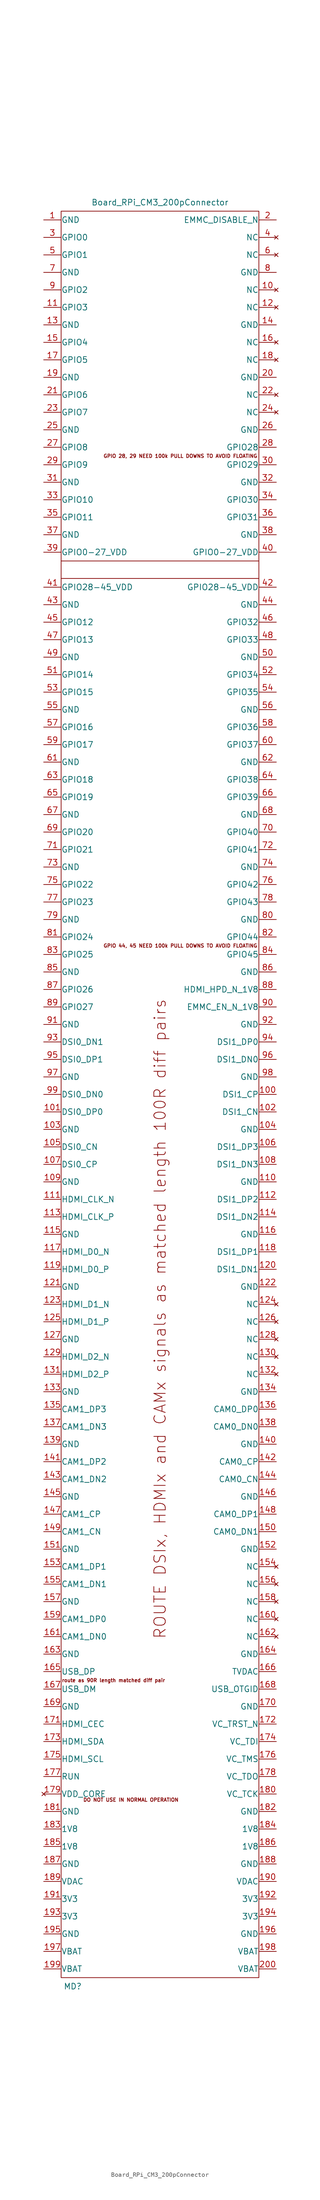
<source format=kicad_sym>
(kicad_symbol_lib
  (version 20241209)
  (generator "kicad_symbol_editor")
  (generator_version "9.0")
  (symbol "Board_RPi_CM3_200pConnector"
    (pin_names
      (offset 0.025))
    (property "Reference" "MD"
      (at -19.05 -194.31 0)
      (effects (font (size 1.27 1.27))))
    (property "Value" "Board_RPi_CM3_200pConnector"
      (at 0 194.31 0)
      (effects (font (size 1.27 1.27))))
    (symbol "Board_RPi_CM3_200pConnector_0_0"
      (text "route as 90R length matched diff pair" (at -10.16 -127.635 0) (effects (font (size 0.762 0.762))))
      (text "DO NOT USE IN NORMAL OPERATION" (at -6.35 -153.67 0) (effects (font (size 0.762 0.762)))))
    (symbol "Board_RPi_CM3_200pConnector_0_1"
      (rectangle (start -21.59 192.405) (end 21.59 -192.405) (stroke (width 0) (type solid)) (fill (type none))))
    (symbol "Board_RPi_CM3_200pConnector_1_0"
      (polyline (pts (xy -21.59 116.205) (xy 21.59 116.205)) (stroke (width 0) (type solid)) (fill (type none)))
      (polyline (pts (xy -21.59 112.395) (xy 21.59 112.395)) (stroke (width 0) (type solid)) (fill (type none)))
      (text "ROUTE DSIx, HDMIx and CAMx signals as matched length 100R diff pairs" (at 0 -48.895 900) (effects (font (size 2.489 2.489))))
      (text "GPIO 28, 29 NEED 100k PULL DOWNS TO AVOID FLOATING" (at 4.445 139.065 0) (effects (font (size 0.762 0.762))))
      (text "GPIO 44, 45 NEED 100k PULL DOWNS TO AVOID FLOATING" (at 4.445 32.385 0) (effects (font (size 0.762 0.762)))))
    (symbol "Board_RPi_CM3_200pConnector_1_1"
      (pin input line (at -25.4 190.5 0) (length 3.81) (name "GND" (effects (font (size 1.27 1.27)))) (number "1" (effects (font (size 1.27 1.27)))))
      (pin input line (at -25.4 186.69 0) (length 3.81) (name "GPIO0" (effects (font (size 1.27 1.27)))) (number "3" (effects (font (size 1.27 1.27)))))
      (pin input line (at -25.4 182.88 0) (length 3.81) (name "GPIO1" (effects (font (size 1.27 1.27)))) (number "5" (effects (font (size 1.27 1.27)))))
      (pin input line (at -25.4 179.07 0) (length 3.81) (name "GND" (effects (font (size 1.27 1.27)))) (number "7" (effects (font (size 1.27 1.27)))))
      (pin input line (at -25.4 175.26 0) (length 3.81) (name "GPIO2" (effects (font (size 1.27 1.27)))) (number "9" (effects (font (size 1.27 1.27)))))
      (pin input line (at -25.4 171.45 0) (length 3.81) (name "GPIO3" (effects (font (size 1.27 1.27)))) (number "11" (effects (font (size 1.27 1.27)))))
      (pin input line (at -25.4 167.64 0) (length 3.81) (name "GND" (effects (font (size 1.27 1.27)))) (number "13" (effects (font (size 1.27 1.27)))))
      (pin input line (at -25.4 163.83 0) (length 3.81) (name "GPIO4" (effects (font (size 1.27 1.27)))) (number "15" (effects (font (size 1.27 1.27)))))
      (pin input line (at -25.4 160.02 0) (length 3.81) (name "GPIO5" (effects (font (size 1.27 1.27)))) (number "17" (effects (font (size 1.27 1.27)))))
      (pin input line (at -25.4 156.21 0) (length 3.81) (name "GND" (effects (font (size 1.27 1.27)))) (number "19" (effects (font (size 1.27 1.27)))))
      (pin input line (at -25.4 152.4 0) (length 3.81) (name "GPIO6" (effects (font (size 1.27 1.27)))) (number "21" (effects (font (size 1.27 1.27)))))
      (pin input line (at -25.4 148.59 0) (length 3.81) (name "GPIO7" (effects (font (size 1.27 1.27)))) (number "23" (effects (font (size 1.27 1.27)))))
      (pin input line (at -25.4 144.78 0) (length 3.81) (name "GND" (effects (font (size 1.27 1.27)))) (number "25" (effects (font (size 1.27 1.27)))))
      (pin input line (at -25.4 140.97 0) (length 3.81) (name "GPIO8" (effects (font (size 1.27 1.27)))) (number "27" (effects (font (size 1.27 1.27)))))
      (pin input line (at -25.4 137.16 0) (length 3.81) (name "GPIO9" (effects (font (size 1.27 1.27)))) (number "29" (effects (font (size 1.27 1.27)))))
      (pin input line (at -25.4 133.35 0) (length 3.81) (name "GND" (effects (font (size 1.27 1.27)))) (number "31" (effects (font (size 1.27 1.27)))))
      (pin input line (at -25.4 129.54 0) (length 3.81) (name "GPIO10" (effects (font (size 1.27 1.27)))) (number "33" (effects (font (size 1.27 1.27)))))
      (pin input line (at -25.4 125.73 0) (length 3.81) (name "GPIO11" (effects (font (size 1.27 1.27)))) (number "35" (effects (font (size 1.27 1.27)))))
      (pin input line (at -25.4 121.92 0) (length 3.81) (name "GND" (effects (font (size 1.27 1.27)))) (number "37" (effects (font (size 1.27 1.27)))))
      (pin input line (at -25.4 118.11 0) (length 3.81) (name "GPIO0-27_VDD" (effects (font (size 1.27 1.27)))) (number "39" (effects (font (size 1.27 1.27)))))
      (pin input line (at -25.4 110.49 0) (length 3.81) (name "GPIO28-45_VDD" (effects (font (size 1.27 1.27)))) (number "41" (effects (font (size 1.27 1.27)))))
      (pin input line (at -25.4 106.68 0) (length 3.81) (name "GND" (effects (font (size 1.27 1.27)))) (number "43" (effects (font (size 1.27 1.27)))))
      (pin input line (at -25.4 102.87 0) (length 3.81) (name "GPIO12" (effects (font (size 1.27 1.27)))) (number "45" (effects (font (size 1.27 1.27)))))
      (pin input line (at -25.4 99.06 0) (length 3.81) (name "GPIO13" (effects (font (size 1.27 1.27)))) (number "47" (effects (font (size 1.27 1.27)))))
      (pin input line (at -25.4 95.25 0) (length 3.81) (name "GND" (effects (font (size 1.27 1.27)))) (number "49" (effects (font (size 1.27 1.27)))))
      (pin input line (at -25.4 91.44 0) (length 3.81) (name "GPIO14" (effects (font (size 1.27 1.27)))) (number "51" (effects (font (size 1.27 1.27)))))
      (pin input line (at -25.4 87.63 0) (length 3.81) (name "GPIO15" (effects (font (size 1.27 1.27)))) (number "53" (effects (font (size 1.27 1.27)))))
      (pin input line (at -25.4 83.82 0) (length 3.81) (name "GND" (effects (font (size 1.27 1.27)))) (number "55" (effects (font (size 1.27 1.27)))))
      (pin input line (at -25.4 80.01 0) (length 3.81) (name "GPIO16" (effects (font (size 1.27 1.27)))) (number "57" (effects (font (size 1.27 1.27)))))
      (pin input line (at -25.4 76.2 0) (length 3.81) (name "GPIO17" (effects (font (size 1.27 1.27)))) (number "59" (effects (font (size 1.27 1.27)))))
      (pin input line (at -25.4 72.39 0) (length 3.81) (name "GND" (effects (font (size 1.27 1.27)))) (number "61" (effects (font (size 1.27 1.27)))))
      (pin input line (at -25.4 68.58 0) (length 3.81) (name "GPIO18" (effects (font (size 1.27 1.27)))) (number "63" (effects (font (size 1.27 1.27)))))
      (pin input line (at -25.4 64.77 0) (length 3.81) (name "GPIO19" (effects (font (size 1.27 1.27)))) (number "65" (effects (font (size 1.27 1.27)))))
      (pin input line (at -25.4 60.96 0) (length 3.81) (name "GND" (effects (font (size 1.27 1.27)))) (number "67" (effects (font (size 1.27 1.27)))))
      (pin input line (at -25.4 57.15 0) (length 3.81) (name "GPIO20" (effects (font (size 1.27 1.27)))) (number "69" (effects (font (size 1.27 1.27)))))
      (pin input line (at -25.4 53.34 0) (length 3.81) (name "GPIO21" (effects (font (size 1.27 1.27)))) (number "71" (effects (font (size 1.27 1.27)))))
      (pin input line (at -25.4 49.53 0) (length 3.81) (name "GND" (effects (font (size 1.27 1.27)))) (number "73" (effects (font (size 1.27 1.27)))))
      (pin input line (at -25.4 45.72 0) (length 3.81) (name "GPIO22" (effects (font (size 1.27 1.27)))) (number "75" (effects (font (size 1.27 1.27)))))
      (pin input line (at -25.4 41.91 0) (length 3.81) (name "GPIO23" (effects (font (size 1.27 1.27)))) (number "77" (effects (font (size 1.27 1.27)))))
      (pin input line (at -25.4 38.1 0) (length 3.81) (name "GND" (effects (font (size 1.27 1.27)))) (number "79" (effects (font (size 1.27 1.27)))))
      (pin input line (at -25.4 34.29 0) (length 3.81) (name "GPIO24" (effects (font (size 1.27 1.27)))) (number "81" (effects (font (size 1.27 1.27)))))
      (pin input line (at -25.4 30.48 0) (length 3.81) (name "GPIO25" (effects (font (size 1.27 1.27)))) (number "83" (effects (font (size 1.27 1.27)))))
      (pin input line (at -25.4 26.67 0) (length 3.81) (name "GND" (effects (font (size 1.27 1.27)))) (number "85" (effects (font (size 1.27 1.27)))))
      (pin input line (at -25.4 22.86 0) (length 3.81) (name "GPIO26" (effects (font (size 1.27 1.27)))) (number "87" (effects (font (size 1.27 1.27)))))
      (pin input line (at -25.4 19.05 0) (length 3.81) (name "GPIO27" (effects (font (size 1.27 1.27)))) (number "89" (effects (font (size 1.27 1.27)))))
      (pin input line (at -25.4 15.24 0) (length 3.81) (name "GND" (effects (font (size 1.27 1.27)))) (number "91" (effects (font (size 1.27 1.27)))))
      (pin input line (at -25.4 11.43 0) (length 3.81) (name "DSI0_DN1" (effects (font (size 1.27 1.27)))) (number "93" (effects (font (size 1.27 1.27)))))
      (pin input line (at -25.4 7.62 0) (length 3.81) (name "DSI0_DP1" (effects (font (size 1.27 1.27)))) (number "95" (effects (font (size 1.27 1.27)))))
      (pin input line (at -25.4 3.81 0) (length 3.81) (name "GND" (effects (font (size 1.27 1.27)))) (number "97" (effects (font (size 1.27 1.27)))))
      (pin input line (at -25.4 0 0) (length 3.81) (name "DSI0_DN0" (effects (font (size 1.27 1.27)))) (number "99" (effects (font (size 1.27 1.27)))))
      (pin input line (at -25.4 -3.81 0) (length 3.81) (name "DSI0_DP0" (effects (font (size 1.27 1.27)))) (number "101" (effects (font (size 1.27 1.27)))))
      (pin input line (at -25.4 -7.62 0) (length 3.81) (name "GND" (effects (font (size 1.27 1.27)))) (number "103" (effects (font (size 1.27 1.27)))))
      (pin input line (at -25.4 -11.43 0) (length 3.81) (name "DSI0_CN" (effects (font (size 1.27 1.27)))) (number "105" (effects (font (size 1.27 1.27)))))
      (pin input line (at -25.4 -15.24 0) (length 3.81) (name "DSI0_CP" (effects (font (size 1.27 1.27)))) (number "107" (effects (font (size 1.27 1.27)))))
      (pin input line (at -25.4 -19.05 0) (length 3.81) (name "GND" (effects (font (size 1.27 1.27)))) (number "109" (effects (font (size 1.27 1.27)))))
      (pin input line (at -25.4 -22.86 0) (length 3.81) (name "HDMI_CLK_N" (effects (font (size 1.27 1.27)))) (number "111" (effects (font (size 1.27 1.27)))))
      (pin input line (at -25.4 -26.67 0) (length 3.81) (name "HDMI_CLK_P" (effects (font (size 1.27 1.27)))) (number "113" (effects (font (size 1.27 1.27)))))
      (pin input line (at -25.4 -30.48 0) (length 3.81) (name "GND" (effects (font (size 1.27 1.27)))) (number "115" (effects (font (size 1.27 1.27)))))
      (pin input line (at -25.4 -34.29 0) (length 3.81) (name "HDMI_D0_N" (effects (font (size 1.27 1.27)))) (number "117" (effects (font (size 1.27 1.27)))))
      (pin input line (at -25.4 -38.1 0) (length 3.81) (name "HDMI_D0_P" (effects (font (size 1.27 1.27)))) (number "119" (effects (font (size 1.27 1.27)))))
      (pin input line (at -25.4 -41.91 0) (length 3.81) (name "GND" (effects (font (size 1.27 1.27)))) (number "121" (effects (font (size 1.27 1.27)))))
      (pin input line (at -25.4 -45.72 0) (length 3.81) (name "HDMI_D1_N" (effects (font (size 1.27 1.27)))) (number "123" (effects (font (size 1.27 1.27)))))
      (pin input line (at -25.4 -49.53 0) (length 3.81) (name "HDMI_D1_P" (effects (font (size 1.27 1.27)))) (number "125" (effects (font (size 1.27 1.27)))))
      (pin input line (at -25.4 -53.34 0) (length 3.81) (name "GND" (effects (font (size 1.27 1.27)))) (number "127" (effects (font (size 1.27 1.27)))))
      (pin input line (at -25.4 -57.15 0) (length 3.81) (name "HDMI_D2_N" (effects (font (size 1.27 1.27)))) (number "129" (effects (font (size 1.27 1.27)))))
      (pin input line (at -25.4 -60.96 0) (length 3.81) (name "HDMI_D2_P" (effects (font (size 1.27 1.27)))) (number "131" (effects (font (size 1.27 1.27)))))
      (pin input line (at -25.4 -64.77 0) (length 3.81) (name "GND" (effects (font (size 1.27 1.27)))) (number "133" (effects (font (size 1.27 1.27)))))
      (pin input line (at -25.4 -68.58 0) (length 3.81) (name "CAM1_DP3" (effects (font (size 1.27 1.27)))) (number "135" (effects (font (size 1.27 1.27)))))
      (pin input line (at -25.4 -72.39 0) (length 3.81) (name "CAM1_DN3" (effects (font (size 1.27 1.27)))) (number "137" (effects (font (size 1.27 1.27)))))
      (pin input line (at -25.4 -76.2 0) (length 3.81) (name "GND" (effects (font (size 1.27 1.27)))) (number "139" (effects (font (size 1.27 1.27)))))
      (pin input line (at -25.4 -80.01 0) (length 3.81) (name "CAM1_DP2" (effects (font (size 1.27 1.27)))) (number "141" (effects (font (size 1.27 1.27)))))
      (pin input line (at -25.4 -83.82 0) (length 3.81) (name "CAM1_DN2" (effects (font (size 1.27 1.27)))) (number "143" (effects (font (size 1.27 1.27)))))
      (pin input line (at -25.4 -87.63 0) (length 3.81) (name "GND" (effects (font (size 1.27 1.27)))) (number "145" (effects (font (size 1.27 1.27)))))
      (pin input line (at -25.4 -91.44 0) (length 3.81) (name "CAM1_CP" (effects (font (size 1.27 1.27)))) (number "147" (effects (font (size 1.27 1.27)))))
      (pin input line (at -25.4 -95.25 0) (length 3.81) (name "CAM1_CN" (effects (font (size 1.27 1.27)))) (number "149" (effects (font (size 1.27 1.27)))))
      (pin input line (at -25.4 -99.06 0) (length 3.81) (name "GND" (effects (font (size 1.27 1.27)))) (number "151" (effects (font (size 1.27 1.27)))))
      (pin input line (at -25.4 -102.87 0) (length 3.81) (name "CAM1_DP1" (effects (font (size 1.27 1.27)))) (number "153" (effects (font (size 1.27 1.27)))))
      (pin input line (at -25.4 -106.68 0) (length 3.81) (name "CAM1_DN1" (effects (font (size 1.27 1.27)))) (number "155" (effects (font (size 1.27 1.27)))))
      (pin input line (at -25.4 -110.49 0) (length 3.81) (name "GND" (effects (font (size 1.27 1.27)))) (number "157" (effects (font (size 1.27 1.27)))))
      (pin input line (at -25.4 -114.3 0) (length 3.81) (name "CAM1_DP0" (effects (font (size 1.27 1.27)))) (number "159" (effects (font (size 1.27 1.27)))))
      (pin input line (at -25.4 -118.11 0) (length 3.81) (name "CAM1_DN0" (effects (font (size 1.27 1.27)))) (number "161" (effects (font (size 1.27 1.27)))))
      (pin input line (at -25.4 -121.92 0) (length 3.81) (name "GND" (effects (font (size 1.27 1.27)))) (number "163" (effects (font (size 1.27 1.27)))))
      (pin input line (at -25.4 -125.73 0) (length 3.81) (name "USB_DP" (effects (font (size 1.27 1.27)))) (number "165" (effects (font (size 1.27 1.27)))))
      (pin input line (at -25.4 -129.54 0) (length 3.81) (name "USB_DM" (effects (font (size 1.27 1.27)))) (number "167" (effects (font (size 1.27 1.27)))))
      (pin input line (at -25.4 -133.35 0) (length 3.81) (name "GND" (effects (font (size 1.27 1.27)))) (number "169" (effects (font (size 1.27 1.27)))))
      (pin input line (at -25.4 -137.16 0) (length 3.81) (name "HDMI_CEC" (effects (font (size 1.27 1.27)))) (number "171" (effects (font (size 1.27 1.27)))))
      (pin input line (at -25.4 -140.97 0) (length 3.81) (name "HDMI_SDA" (effects (font (size 1.27 1.27)))) (number "173" (effects (font (size 1.27 1.27)))))
      (pin input line (at -25.4 -144.78 0) (length 3.81) (name "HDMI_SCL" (effects (font (size 1.27 1.27)))) (number "175" (effects (font (size 1.27 1.27)))))
      (pin input line (at -25.4 -148.59 0) (length 3.81) (name "RUN" (effects (font (size 1.27 1.27)))) (number "177" (effects (font (size 1.27 1.27)))))
      (pin no_connect line (at -25.4 -152.4 0) (length 3.81) (name "VDD_CORE" (effects (font (size 1.27 1.27)))) (number "179" (effects (font (size 1.27 1.27)))))
      (pin input line (at -25.4 -156.21 0) (length 3.81) (name "GND" (effects (font (size 1.27 1.27)))) (number "181" (effects (font (size 1.27 1.27)))))
      (pin input line (at -25.4 -160.02 0) (length 3.81) (name "1V8" (effects (font (size 1.27 1.27)))) (number "183" (effects (font (size 1.27 1.27)))))
      (pin input line (at -25.4 -163.83 0) (length 3.81) (name "1V8" (effects (font (size 1.27 1.27)))) (number "185" (effects (font (size 1.27 1.27)))))
      (pin input line (at -25.4 -167.64 0) (length 3.81) (name "GND" (effects (font (size 1.27 1.27)))) (number "187" (effects (font (size 1.27 1.27)))))
      (pin input line (at -25.4 -171.45 0) (length 3.81) (name "VDAC" (effects (font (size 1.27 1.27)))) (number "189" (effects (font (size 1.27 1.27)))))
      (pin input line (at -25.4 -175.26 0) (length 3.81) (name "3V3" (effects (font (size 1.27 1.27)))) (number "191" (effects (font (size 1.27 1.27)))))
      (pin input line (at -25.4 -179.07 0) (length 3.81) (name "3V3" (effects (font (size 1.27 1.27)))) (number "193" (effects (font (size 1.27 1.27)))))
      (pin input line (at -25.4 -182.88 0) (length 3.81) (name "GND" (effects (font (size 1.27 1.27)))) (number "195" (effects (font (size 1.27 1.27)))))
      (pin input line (at -25.4 -186.69 0) (length 3.81) (name "VBAT" (effects (font (size 1.27 1.27)))) (number "197" (effects (font (size 1.27 1.27)))))
      (pin input line (at -25.4 -190.5 0) (length 3.81) (name "VBAT" (effects (font (size 1.27 1.27)))) (number "199" (effects (font (size 1.27 1.27)))))
      (pin input line (at 25.4 190.5 180) (length 3.81) (name "EMMC_DISABLE_N" (effects (font (size 1.27 1.27)))) (number "2" (effects (font (size 1.27 1.27)))))
      (pin no_connect line (at 25.4 186.69 180) (length 3.81) (name "NC" (effects (font (size 1.27 1.27)))) (number "4" (effects (font (size 1.27 1.27)))))
      (pin no_connect line (at 25.4 182.88 180) (length 3.81) (name "NC" (effects (font (size 1.27 1.27)))) (number "6" (effects (font (size 1.27 1.27)))))
      (pin input line (at 25.4 179.07 180) (length 3.81) (name "GND" (effects (font (size 1.27 1.27)))) (number "8" (effects (font (size 1.27 1.27)))))
      (pin no_connect line (at 25.4 175.26 180) (length 3.81) (name "NC" (effects (font (size 1.27 1.27)))) (number "10" (effects (font (size 1.27 1.27)))))
      (pin no_connect line (at 25.4 171.45 180) (length 3.81) (name "NC" (effects (font (size 1.27 1.27)))) (number "12" (effects (font (size 1.27 1.27)))))
      (pin input line (at 25.4 167.64 180) (length 3.81) (name "GND" (effects (font (size 1.27 1.27)))) (number "14" (effects (font (size 1.27 1.27)))))
      (pin no_connect line (at 25.4 163.83 180) (length 3.81) (name "NC" (effects (font (size 1.27 1.27)))) (number "16" (effects (font (size 1.27 1.27)))))
      (pin no_connect line (at 25.4 160.02 180) (length 3.81) (name "NC" (effects (font (size 1.27 1.27)))) (number "18" (effects (font (size 1.27 1.27)))))
      (pin input line (at 25.4 156.21 180) (length 3.81) (name "GND" (effects (font (size 1.27 1.27)))) (number "20" (effects (font (size 1.27 1.27)))))
      (pin no_connect line (at 25.4 152.4 180) (length 3.81) (name "NC" (effects (font (size 1.27 1.27)))) (number "22" (effects (font (size 1.27 1.27)))))
      (pin no_connect line (at 25.4 148.59 180) (length 3.81) (name "NC" (effects (font (size 1.27 1.27)))) (number "24" (effects (font (size 1.27 1.27)))))
      (pin input line (at 25.4 144.78 180) (length 3.81) (name "GND" (effects (font (size 1.27 1.27)))) (number "26" (effects (font (size 1.27 1.27)))))
      (pin input line (at 25.4 140.97 180) (length 3.81) (name "GPIO28" (effects (font (size 1.27 1.27)))) (number "28" (effects (font (size 1.27 1.27)))))
      (pin input line (at 25.4 137.16 180) (length 3.81) (name "GPIO29" (effects (font (size 1.27 1.27)))) (number "30" (effects (font (size 1.27 1.27)))))
      (pin input line (at 25.4 133.35 180) (length 3.81) (name "GND" (effects (font (size 1.27 1.27)))) (number "32" (effects (font (size 1.27 1.27)))))
      (pin input line (at 25.4 129.54 180) (length 3.81) (name "GPIO30" (effects (font (size 1.27 1.27)))) (number "34" (effects (font (size 1.27 1.27)))))
      (pin input line (at 25.4 125.73 180) (length 3.81) (name "GPIO31" (effects (font (size 1.27 1.27)))) (number "36" (effects (font (size 1.27 1.27)))))
      (pin input line (at 25.4 121.92 180) (length 3.81) (name "GND" (effects (font (size 1.27 1.27)))) (number "38" (effects (font (size 1.27 1.27)))))
      (pin input line (at 25.4 118.11 180) (length 3.81) (name "GPIO0-27_VDD" (effects (font (size 1.27 1.27)))) (number "40" (effects (font (size 1.27 1.27)))))
      (pin input line (at 25.4 110.49 180) (length 3.81) (name "GPIO28-45_VDD" (effects (font (size 1.27 1.27)))) (number "42" (effects (font (size 1.27 1.27)))))
      (pin input line (at 25.4 106.68 180) (length 3.81) (name "GND" (effects (font (size 1.27 1.27)))) (number "44" (effects (font (size 1.27 1.27)))))
      (pin input line (at 25.4 102.87 180) (length 3.81) (name "GPIO32" (effects (font (size 1.27 1.27)))) (number "46" (effects (font (size 1.27 1.27)))))
      (pin input line (at 25.4 99.06 180) (length 3.81) (name "GPIO33" (effects (font (size 1.27 1.27)))) (number "48" (effects (font (size 1.27 1.27)))))
      (pin input line (at 25.4 95.25 180) (length 3.81) (name "GND" (effects (font (size 1.27 1.27)))) (number "50" (effects (font (size 1.27 1.27)))))
      (pin input line (at 25.4 91.44 180) (length 3.81) (name "GPIO34" (effects (font (size 1.27 1.27)))) (number "52" (effects (font (size 1.27 1.27)))))
      (pin input line (at 25.4 87.63 180) (length 3.81) (name "GPIO35" (effects (font (size 1.27 1.27)))) (number "54" (effects (font (size 1.27 1.27)))))
      (pin input line (at 25.4 83.82 180) (length 3.81) (name "GND" (effects (font (size 1.27 1.27)))) (number "56" (effects (font (size 1.27 1.27)))))
      (pin input line (at 25.4 80.01 180) (length 3.81) (name "GPIO36" (effects (font (size 1.27 1.27)))) (number "58" (effects (font (size 1.27 1.27)))))
      (pin input line (at 25.4 76.2 180) (length 3.81) (name "GPIO37" (effects (font (size 1.27 1.27)))) (number "60" (effects (font (size 1.27 1.27)))))
      (pin input line (at 25.4 72.39 180) (length 3.81) (name "GND" (effects (font (size 1.27 1.27)))) (number "62" (effects (font (size 1.27 1.27)))))
      (pin input line (at 25.4 68.58 180) (length 3.81) (name "GPIO38" (effects (font (size 1.27 1.27)))) (number "64" (effects (font (size 1.27 1.27)))))
      (pin input line (at 25.4 64.77 180) (length 3.81) (name "GPIO39" (effects (font (size 1.27 1.27)))) (number "66" (effects (font (size 1.27 1.27)))))
      (pin input line (at 25.4 60.96 180) (length 3.81) (name "GND" (effects (font (size 1.27 1.27)))) (number "68" (effects (font (size 1.27 1.27)))))
      (pin input line (at 25.4 57.15 180) (length 3.81) (name "GPIO40" (effects (font (size 1.27 1.27)))) (number "70" (effects (font (size 1.27 1.27)))))
      (pin input line (at 25.4 53.34 180) (length 3.81) (name "GPIO41" (effects (font (size 1.27 1.27)))) (number "72" (effects (font (size 1.27 1.27)))))
      (pin input line (at 25.4 49.53 180) (length 3.81) (name "GND" (effects (font (size 1.27 1.27)))) (number "74" (effects (font (size 1.27 1.27)))))
      (pin input line (at 25.4 45.72 180) (length 3.81) (name "GPIO42" (effects (font (size 1.27 1.27)))) (number "76" (effects (font (size 1.27 1.27)))))
      (pin input line (at 25.4 41.91 180) (length 3.81) (name "GPIO43" (effects (font (size 1.27 1.27)))) (number "78" (effects (font (size 1.27 1.27)))))
      (pin input line (at 25.4 38.1 180) (length 3.81) (name "GND" (effects (font (size 1.27 1.27)))) (number "80" (effects (font (size 1.27 1.27)))))
      (pin input line (at 25.4 34.29 180) (length 3.81) (name "GPIO44" (effects (font (size 1.27 1.27)))) (number "82" (effects (font (size 1.27 1.27)))))
      (pin input line (at 25.4 30.48 180) (length 3.81) (name "GPIO45" (effects (font (size 1.27 1.27)))) (number "84" (effects (font (size 1.27 1.27)))))
      (pin input line (at 25.4 26.67 180) (length 3.81) (name "GND" (effects (font (size 1.27 1.27)))) (number "86" (effects (font (size 1.27 1.27)))))
      (pin input line (at 25.4 22.86 180) (length 3.81) (name "HDMI_HPD_N_1V8" (effects (font (size 1.27 1.27)))) (number "88" (effects (font (size 1.27 1.27)))))
      (pin input line (at 25.4 19.05 180) (length 3.81) (name "EMMC_EN_N_1V8" (effects (font (size 1.27 1.27)))) (number "90" (effects (font (size 1.27 1.27)))))
      (pin input line (at 25.4 15.24 180) (length 3.81) (name "GND" (effects (font (size 1.27 1.27)))) (number "92" (effects (font (size 1.27 1.27)))))
      (pin input line (at 25.4 11.43 180) (length 3.81) (name "DSI1_DP0" (effects (font (size 1.27 1.27)))) (number "94" (effects (font (size 1.27 1.27)))))
      (pin input line (at 25.4 7.62 180) (length 3.81) (name "DSI1_DN0" (effects (font (size 1.27 1.27)))) (number "96" (effects (font (size 1.27 1.27)))))
      (pin input line (at 25.4 3.81 180) (length 3.81) (name "GND" (effects (font (size 1.27 1.27)))) (number "98" (effects (font (size 1.27 1.27)))))
      (pin input line (at 25.4 0 180) (length 3.81) (name "DSI1_CP" (effects (font (size 1.27 1.27)))) (number "100" (effects (font (size 1.27 1.27)))))
      (pin input line (at 25.4 -3.81 180) (length 3.81) (name "DSI1_CN" (effects (font (size 1.27 1.27)))) (number "102" (effects (font (size 1.27 1.27)))))
      (pin input line (at 25.4 -7.62 180) (length 3.81) (name "GND" (effects (font (size 1.27 1.27)))) (number "104" (effects (font (size 1.27 1.27)))))
      (pin input line (at 25.4 -11.43 180) (length 3.81) (name "DSI1_DP3" (effects (font (size 1.27 1.27)))) (number "106" (effects (font (size 1.27 1.27)))))
      (pin input line (at 25.4 -15.24 180) (length 3.81) (name "DSI1_DN3" (effects (font (size 1.27 1.27)))) (number "108" (effects (font (size 1.27 1.27)))))
      (pin input line (at 25.4 -19.05 180) (length 3.81) (name "GND" (effects (font (size 1.27 1.27)))) (number "110" (effects (font (size 1.27 1.27)))))
      (pin input line (at 25.4 -22.86 180) (length 3.81) (name "DSI1_DP2" (effects (font (size 1.27 1.27)))) (number "112" (effects (font (size 1.27 1.27)))))
      (pin input line (at 25.4 -26.67 180) (length 3.81) (name "DSI1_DN2" (effects (font (size 1.27 1.27)))) (number "114" (effects (font (size 1.27 1.27)))))
      (pin input line (at 25.4 -30.48 180) (length 3.81) (name "GND" (effects (font (size 1.27 1.27)))) (number "116" (effects (font (size 1.27 1.27)))))
      (pin input line (at 25.4 -34.29 180) (length 3.81) (name "DSI1_DP1" (effects (font (size 1.27 1.27)))) (number "118" (effects (font (size 1.27 1.27)))))
      (pin input line (at 25.4 -38.1 180) (length 3.81) (name "DSI1_DN1" (effects (font (size 1.27 1.27)))) (number "120" (effects (font (size 1.27 1.27)))))
      (pin input line (at 25.4 -41.91 180) (length 3.81) (name "GND" (effects (font (size 1.27 1.27)))) (number "122" (effects (font (size 1.27 1.27)))))
      (pin no_connect line (at 25.4 -45.72 180) (length 3.81) (name "NC" (effects (font (size 1.27 1.27)))) (number "124" (effects (font (size 1.27 1.27)))))
      (pin no_connect line (at 25.4 -49.53 180) (length 3.81) (name "NC" (effects (font (size 1.27 1.27)))) (number "126" (effects (font (size 1.27 1.27)))))
      (pin no_connect line (at 25.4 -53.34 180) (length 3.81) (name "NC" (effects (font (size 1.27 1.27)))) (number "128" (effects (font (size 1.27 1.27)))))
      (pin no_connect line (at 25.4 -57.15 180) (length 3.81) (name "NC" (effects (font (size 1.27 1.27)))) (number "130" (effects (font (size 1.27 1.27)))))
      (pin no_connect line (at 25.4 -60.96 180) (length 3.81) (name "NC" (effects (font (size 1.27 1.27)))) (number "132" (effects (font (size 1.27 1.27)))))
      (pin input line (at 25.4 -64.77 180) (length 3.81) (name "GND" (effects (font (size 1.27 1.27)))) (number "134" (effects (font (size 1.27 1.27)))))
      (pin input line (at 25.4 -68.58 180) (length 3.81) (name "CAM0_DP0" (effects (font (size 1.27 1.27)))) (number "136" (effects (font (size 1.27 1.27)))))
      (pin input line (at 25.4 -72.39 180) (length 3.81) (name "CAM0_DN0" (effects (font (size 1.27 1.27)))) (number "138" (effects (font (size 1.27 1.27)))))
      (pin input line (at 25.4 -76.2 180) (length 3.81) (name "GND" (effects (font (size 1.27 1.27)))) (number "140" (effects (font (size 1.27 1.27)))))
      (pin input line (at 25.4 -80.01 180) (length 3.81) (name "CAM0_CP" (effects (font (size 1.27 1.27)))) (number "142" (effects (font (size 1.27 1.27)))))
      (pin input line (at 25.4 -83.82 180) (length 3.81) (name "CAM0_CN" (effects (font (size 1.27 1.27)))) (number "144" (effects (font (size 1.27 1.27)))))
      (pin input line (at 25.4 -87.63 180) (length 3.81) (name "GND" (effects (font (size 1.27 1.27)))) (number "146" (effects (font (size 1.27 1.27)))))
      (pin input line (at 25.4 -91.44 180) (length 3.81) (name "CAM0_DP1" (effects (font (size 1.27 1.27)))) (number "148" (effects (font (size 1.27 1.27)))))
      (pin input line (at 25.4 -95.25 180) (length 3.81) (name "CAM0_DN1" (effects (font (size 1.27 1.27)))) (number "150" (effects (font (size 1.27 1.27)))))
      (pin input line (at 25.4 -99.06 180) (length 3.81) (name "GND" (effects (font (size 1.27 1.27)))) (number "152" (effects (font (size 1.27 1.27)))))
      (pin no_connect line (at 25.4 -102.87 180) (length 3.81) (name "NC" (effects (font (size 1.27 1.27)))) (number "154" (effects (font (size 1.27 1.27)))))
      (pin no_connect line (at 25.4 -106.68 180) (length 3.81) (name "NC" (effects (font (size 1.27 1.27)))) (number "156" (effects (font (size 1.27 1.27)))))
      (pin no_connect line (at 25.4 -110.49 180) (length 3.81) (name "NC" (effects (font (size 1.27 1.27)))) (number "158" (effects (font (size 1.27 1.27)))))
      (pin no_connect line (at 25.4 -114.3 180) (length 3.81) (name "NC" (effects (font (size 1.27 1.27)))) (number "160" (effects (font (size 1.27 1.27)))))
      (pin no_connect line (at 25.4 -118.11 180) (length 3.81) (name "NC" (effects (font (size 1.27 1.27)))) (number "162" (effects (font (size 1.27 1.27)))))
      (pin input line (at 25.4 -121.92 180) (length 3.81) (name "GND" (effects (font (size 1.27 1.27)))) (number "164" (effects (font (size 1.27 1.27)))))
      (pin input line (at 25.4 -125.73 180) (length 3.81) (name "TVDAC" (effects (font (size 1.27 1.27)))) (number "166" (effects (font (size 1.27 1.27)))))
      (pin input line (at 25.4 -129.54 180) (length 3.81) (name "USB_OTGID" (effects (font (size 1.27 1.27)))) (number "168" (effects (font (size 1.27 1.27)))))
      (pin input line (at 25.4 -133.35 180) (length 3.81) (name "GND" (effects (font (size 1.27 1.27)))) (number "170" (effects (font (size 1.27 1.27)))))
      (pin input line (at 25.4 -137.16 180) (length 3.81) (name "VC_TRST_N" (effects (font (size 1.27 1.27)))) (number "172" (effects (font (size 1.27 1.27)))))
      (pin input line (at 25.4 -140.97 180) (length 3.81) (name "VC_TDI" (effects (font (size 1.27 1.27)))) (number "174" (effects (font (size 1.27 1.27)))))
      (pin input line (at 25.4 -144.78 180) (length 3.81) (name "VC_TMS" (effects (font (size 1.27 1.27)))) (number "176" (effects (font (size 1.27 1.27)))))
      (pin input line (at 25.4 -148.59 180) (length 3.81) (name "VC_TDO" (effects (font (size 1.27 1.27)))) (number "178" (effects (font (size 1.27 1.27)))))
      (pin input line (at 25.4 -152.4 180) (length 3.81) (name "VC_TCK" (effects (font (size 1.27 1.27)))) (number "180" (effects (font (size 1.27 1.27)))))
      (pin input line (at 25.4 -156.21 180) (length 3.81) (name "GND" (effects (font (size 1.27 1.27)))) (number "182" (effects (font (size 1.27 1.27)))))
      (pin input line (at 25.4 -160.02 180) (length 3.81) (name "1V8" (effects (font (size 1.27 1.27)))) (number "184" (effects (font (size 1.27 1.27)))))
      (pin input line (at 25.4 -163.83 180) (length 3.81) (name "1V8" (effects (font (size 1.27 1.27)))) (number "186" (effects (font (size 1.27 1.27)))))
      (pin input line (at 25.4 -167.64 180) (length 3.81) (name "GND" (effects (font (size 1.27 1.27)))) (number "188" (effects (font (size 1.27 1.27)))))
      (pin input line (at 25.4 -171.45 180) (length 3.81) (name "VDAC" (effects (font (size 1.27 1.27)))) (number "190" (effects (font (size 1.27 1.27)))))
      (pin input line (at 25.4 -175.26 180) (length 3.81) (name "3V3" (effects (font (size 1.27 1.27)))) (number "192" (effects (font (size 1.27 1.27)))))
      (pin input line (at 25.4 -179.07 180) (length 3.81) (name "3V3" (effects (font (size 1.27 1.27)))) (number "194" (effects (font (size 1.27 1.27)))))
      (pin input line (at 25.4 -182.88 180) (length 3.81) (name "GND" (effects (font (size 1.27 1.27)))) (number "196" (effects (font (size 1.27 1.27)))))
      (pin input line (at 25.4 -186.69 180) (length 3.81) (name "VBAT" (effects (font (size 1.27 1.27)))) (number "198" (effects (font (size 1.27 1.27)))))
      (pin input line (at 25.4 -190.5 180) (length 3.81) (name "VBAT" (effects (font (size 1.27 1.27)))) (number "200" (effects (font (size 1.27 1.27))))))))
</source>
